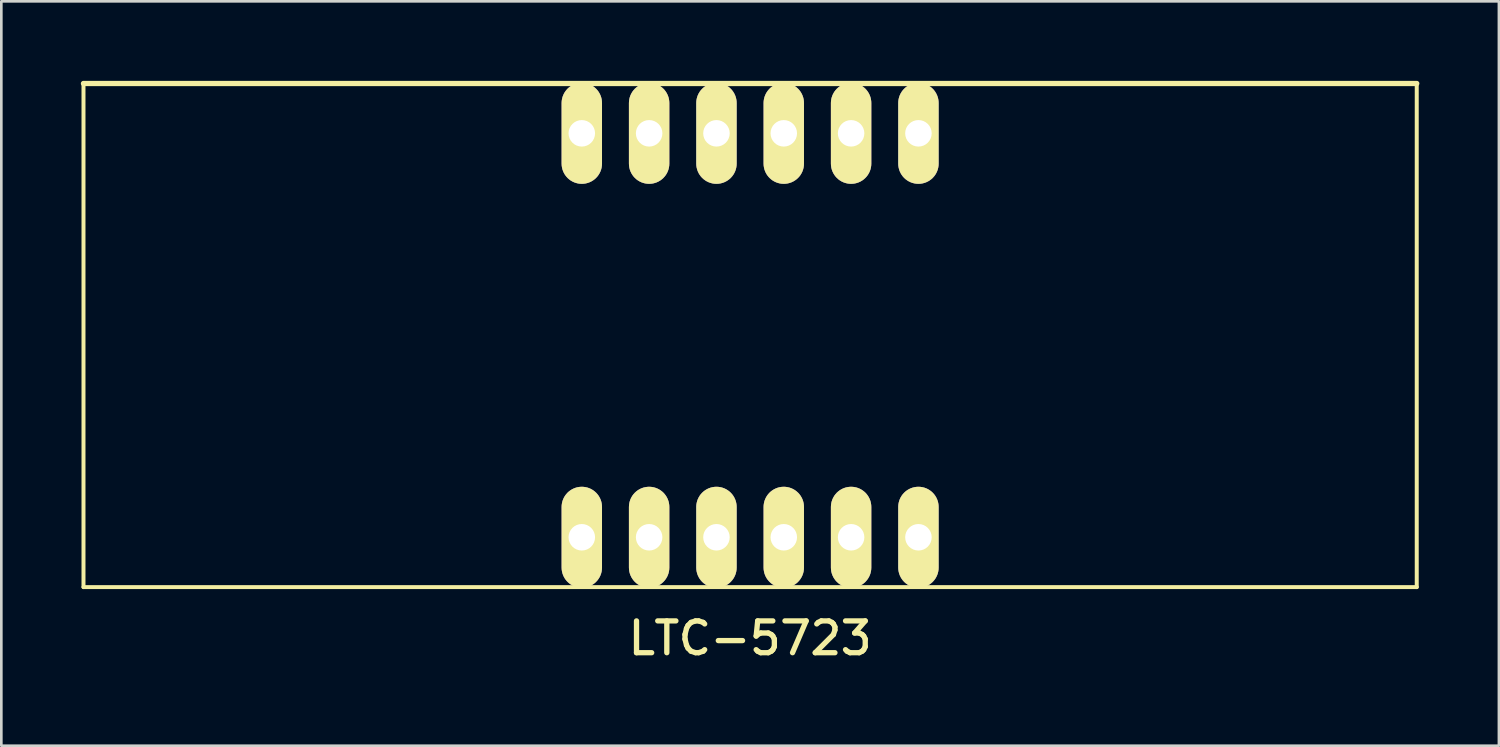
<source format=kicad_pcb>
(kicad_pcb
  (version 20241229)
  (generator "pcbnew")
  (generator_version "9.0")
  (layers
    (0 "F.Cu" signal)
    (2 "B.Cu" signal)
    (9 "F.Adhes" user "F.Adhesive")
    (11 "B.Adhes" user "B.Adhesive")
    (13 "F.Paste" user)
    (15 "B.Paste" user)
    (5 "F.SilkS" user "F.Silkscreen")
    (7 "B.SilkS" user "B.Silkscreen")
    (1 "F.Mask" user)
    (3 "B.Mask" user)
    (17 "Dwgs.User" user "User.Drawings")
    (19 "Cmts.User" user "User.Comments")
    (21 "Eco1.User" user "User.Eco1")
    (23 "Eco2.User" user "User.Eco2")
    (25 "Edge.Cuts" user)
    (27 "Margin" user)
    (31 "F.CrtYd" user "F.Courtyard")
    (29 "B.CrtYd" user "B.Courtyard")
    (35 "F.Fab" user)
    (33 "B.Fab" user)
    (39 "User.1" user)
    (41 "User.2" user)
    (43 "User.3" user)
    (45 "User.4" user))
  (footprint "LTC-5723"
    (layer "F.Cu")
    (at 25.25 9.6)
    (property "Reference" "LTC-5723" (at 0 11.43 0) (layer "F.SilkS") (effects (font (size 1.2 1.2) (thickness 0.2))))
    (attr through_hole)
    (fp_line (start -25.15 -9.5) (end -25.15 9.5) (stroke (width 0.15) (type solid)) (layer "F.SilkS"))
    (fp_line (start -25.15 -9.5) (end 25.15 -9.5) (stroke (width 0.2) (type solid)) (layer "F.SilkS"))
    (fp_line (start -25.15 9.5) (end 25.15 9.5) (stroke (width 0.15) (type solid)) (layer "F.SilkS"))
    (fp_line (start 25.15 -9.5) (end 25.15 9.5) (stroke (width 0.15) (type solid)) (layer "F.SilkS"))
    (pad "1" thru_hole oval (at -6.35 7.62) (size 1.524 3.81) (drill 1) (layers "*.Cu" "*.Mask" "F.SilkS"))
    (pad "2" thru_hole oval (at -3.81 7.62) (size 1.524 3.81) (drill 1) (layers "*.Cu" "*.Mask" "F.SilkS"))
    (pad "3" thru_hole oval (at -1.27 7.62) (size 1.524 3.81) (drill 1) (layers "*.Cu" "*.Mask" "F.SilkS"))
    (pad "4" thru_hole oval (at 1.27 7.62) (size 1.524 3.81) (drill 1) (layers "*.Cu" "*.Mask" "F.SilkS"))
    (pad "5" thru_hole oval (at 3.81 7.62) (size 1.524 3.81) (drill 1) (layers "*.Cu" "*.Mask" "F.SilkS"))
    (pad "6" thru_hole oval (at 6.35 7.62) (size 1.524 3.81) (drill 1) (layers "*.Cu" "*.Mask" "F.SilkS"))
    (pad "7" thru_hole oval (at 6.35 -7.62) (size 1.524 3.81) (drill 1) (layers "*.Cu" "*.Mask" "F.SilkS"))
    (pad "8" thru_hole oval (at 3.81 -7.62) (size 1.524 3.81) (drill 1) (layers "*.Cu" "*.Mask" "F.SilkS"))
    (pad "9" thru_hole oval (at 1.27 -7.62) (size 1.524 3.81) (drill 1) (layers "*.Cu" "*.Mask" "F.SilkS"))
    (pad "10" thru_hole oval (at -1.27 -7.62) (size 1.524 3.81) (drill 1) (layers "*.Cu" "*.Mask" "F.SilkS"))
    (pad "11" thru_hole oval (at -3.81 -7.62) (size 1.524 3.81) (drill 1) (layers "*.Cu" "*.Mask" "F.SilkS"))
    (pad "12" thru_hole oval (at -6.35 -7.62) (size 1.524 3.81) (drill 1) (layers "*.Cu" "*.Mask" "F.SilkS")))
  (gr_rect
    (start -3 -3)
    (end 53.5 25.083)
    (stroke (width 0.1) (type default))
    (fill no)
    (layer "Edge.Cuts")))
</source>
